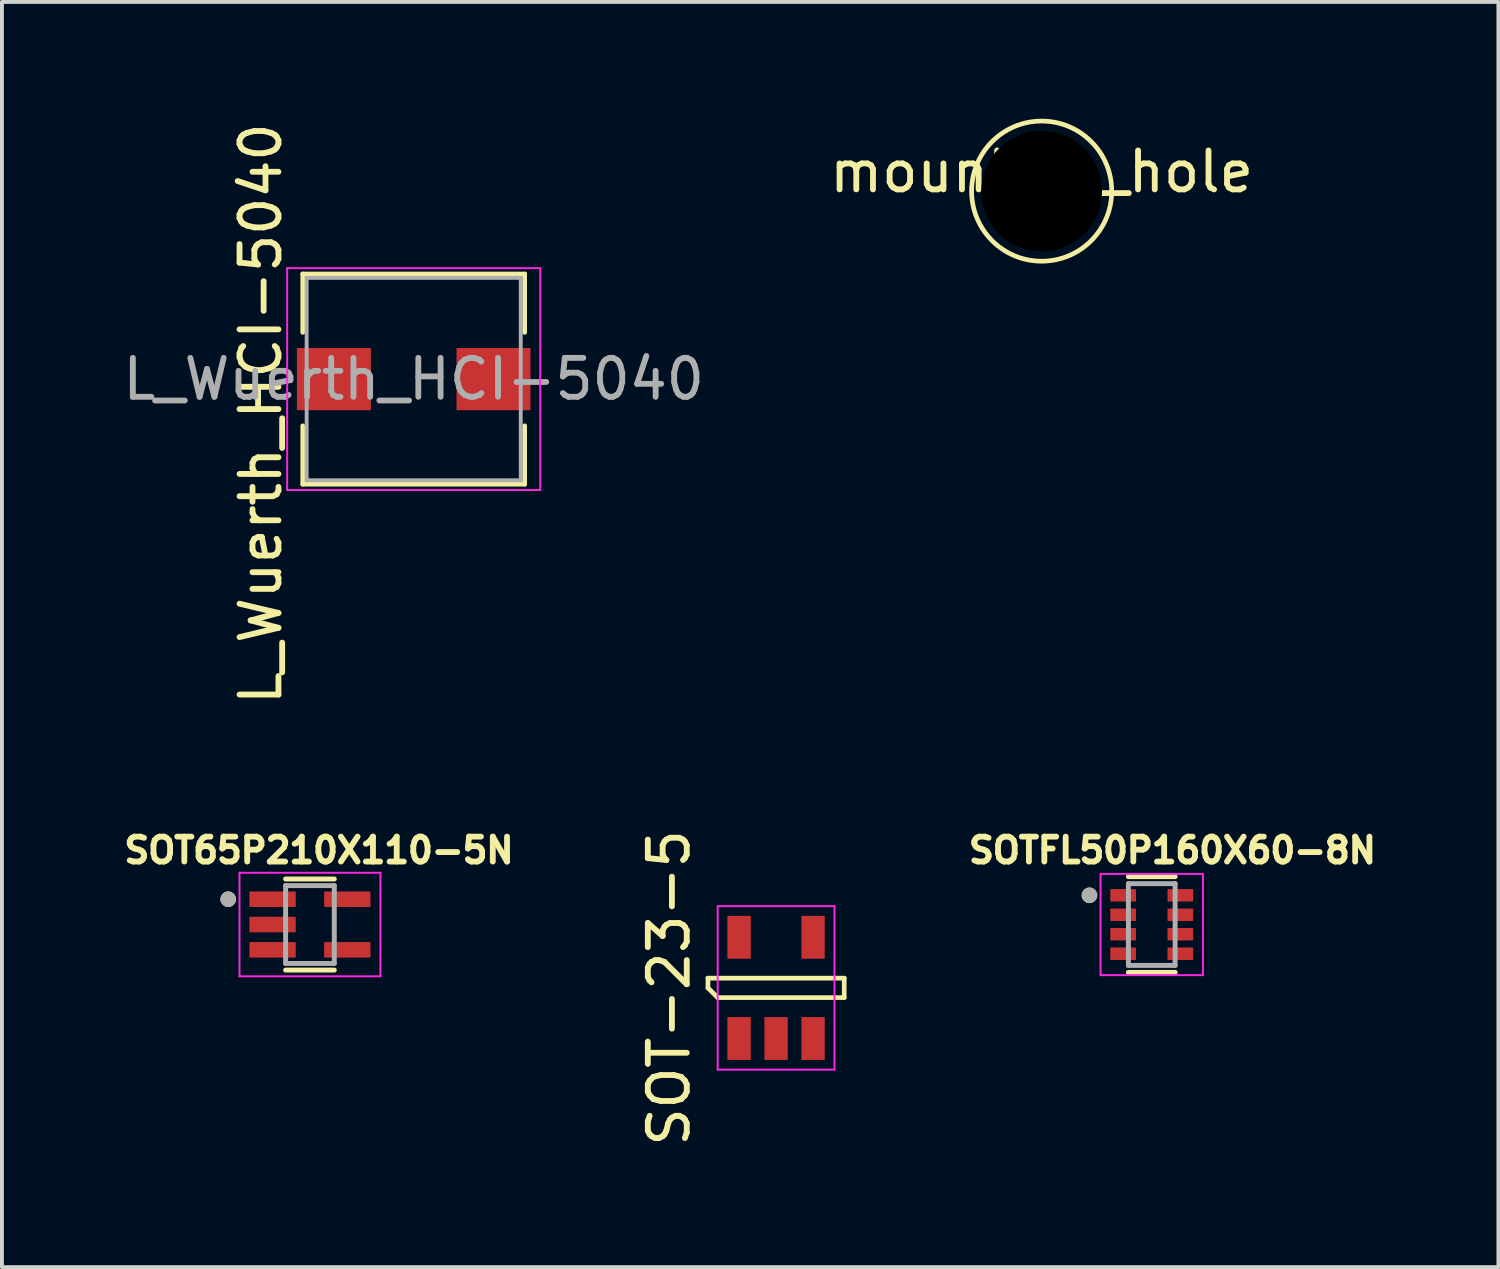
<source format=kicad_pcb>
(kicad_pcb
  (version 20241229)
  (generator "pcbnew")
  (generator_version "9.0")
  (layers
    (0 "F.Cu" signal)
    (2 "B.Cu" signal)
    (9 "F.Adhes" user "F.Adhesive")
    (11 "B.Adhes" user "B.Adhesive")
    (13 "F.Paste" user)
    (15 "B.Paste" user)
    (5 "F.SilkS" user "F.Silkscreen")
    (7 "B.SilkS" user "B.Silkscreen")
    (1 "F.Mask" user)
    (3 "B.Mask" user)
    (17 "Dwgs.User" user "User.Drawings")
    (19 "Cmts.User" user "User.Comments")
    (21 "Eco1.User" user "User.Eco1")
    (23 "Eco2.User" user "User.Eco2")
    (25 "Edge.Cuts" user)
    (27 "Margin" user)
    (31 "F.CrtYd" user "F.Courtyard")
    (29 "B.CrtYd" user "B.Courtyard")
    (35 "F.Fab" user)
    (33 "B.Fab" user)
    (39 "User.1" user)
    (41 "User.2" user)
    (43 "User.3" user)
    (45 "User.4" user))
  (footprint "SOTFL50P160X60-8N"
    (layer "F.Cu")
    (at 26.536 20.699)
    (property "Reference" "SOTFL50P160X60-8N" (at 0.532 -1.906 0) (layer "F.SilkS") (effects (font (size 0.64 0.64) (thickness 0.15))))
    (attr through_hole)
    (fp_line (start -0.6 -1.23) (end 0.6 -1.23) (stroke (width 0.127) (type solid)) (layer "F.SilkS"))
    (fp_line (start -0.6 1.23) (end 0.6 1.23) (stroke (width 0.127) (type solid)) (layer "F.SilkS"))
    (fp_circle (center -1.6 -0.75) (end -1.5 -0.75) (stroke (width 0.2) (type solid)) (fill no) (layer "F.SilkS"))
    (fp_line (start -1.315 -1.3) (end -1.315 1.3) (stroke (width 0.05) (type solid)) (layer "F.CrtYd"))
    (fp_line (start -1.315 1.3) (end 1.315 1.3) (stroke (width 0.05) (type solid)) (layer "F.CrtYd"))
    (fp_line (start 1.315 -1.3) (end -1.315 -1.3) (stroke (width 0.05) (type solid)) (layer "F.CrtYd"))
    (fp_line (start 1.315 1.3) (end 1.315 -1.3) (stroke (width 0.05) (type solid)) (layer "F.CrtYd"))
    (fp_line (start -0.6 -1.05) (end -0.6 1.05) (stroke (width 0.127) (type solid)) (layer "F.Fab"))
    (fp_line (start -0.6 1.05) (end 0.6 1.05) (stroke (width 0.127) (type solid)) (layer "F.Fab"))
    (fp_line (start 0.6 -1.05) (end -0.6 -1.05) (stroke (width 0.127) (type solid)) (layer "F.Fab"))
    (fp_line (start 0.6 1.05) (end 0.6 -1.05) (stroke (width 0.127) (type solid)) (layer "F.Fab"))
    (fp_circle (center -1.6 -0.75) (end -1.5 -0.75) (stroke (width 0.2) (type solid)) (fill no) (layer "F.Fab"))
    (pad "1" smd roundrect (at -0.735 -0.75) (size 0.66 0.32) (layers "F.Cu" "F.Mask" "F.Paste") (roundrect_rratio 0.04))
    (pad "2" smd roundrect (at -0.735 -0.25) (size 0.66 0.32) (layers "F.Cu" "F.Mask" "F.Paste") (roundrect_rratio 0.04))
    (pad "3" smd roundrect (at -0.735 0.25) (size 0.66 0.32) (layers "F.Cu" "F.Mask" "F.Paste") (roundrect_rratio 0.04))
    (pad "4" smd roundrect (at -0.735 0.75) (size 0.66 0.32) (layers "F.Cu" "F.Mask" "F.Paste") (roundrect_rratio 0.04))
    (pad "5" smd roundrect (at 0.735 0.75) (size 0.66 0.32) (layers "F.Cu" "F.Mask" "F.Paste") (roundrect_rratio 0.04))
    (pad "6" smd roundrect (at 0.735 0.25) (size 0.66 0.32) (layers "F.Cu" "F.Mask" "F.Paste") (roundrect_rratio 0.04))
    (pad "7" smd roundrect (at 0.735 -0.25) (size 0.66 0.32) (layers "F.Cu" "F.Mask" "F.Paste") (roundrect_rratio 0.04))
    (pad "8" smd roundrect (at 0.735 -0.75) (size 0.66 0.32) (layers "F.Cu" "F.Mask" "F.Paste") (roundrect_rratio 0.04)))
  (footprint "SOT-23-5"
    (layer "F.Cu")
    (at 16.886 22.327)
    (property "Reference" "SOT-23-5" (at -2.75 0 90) (layer "F.SilkS") (effects (font (size 1 1) (thickness 0.15))))
    (attr through_hole)
    (fp_line (start -1.75 -0.25) (end 1.75 -0.25) (stroke (width 0.12) (type solid)) (layer "F.SilkS"))
    (fp_line (start -1.75 0) (end -1.75 -0.25) (stroke (width 0.12) (type solid)) (layer "F.SilkS"))
    (fp_line (start -1.5 0.25) (end -1.75 0) (stroke (width 0.12) (type solid)) (layer "F.SilkS"))
    (fp_line (start 1.75 -0.25) (end 1.75 0.25) (stroke (width 0.12) (type solid)) (layer "F.SilkS"))
    (fp_line (start 1.75 0.25) (end -1.5 0.25) (stroke (width 0.12) (type solid)) (layer "F.SilkS"))
    (fp_line (start -1.5 -2.1) (end 1.5 -2.1) (stroke (width 0.05) (type solid)) (layer "F.CrtYd"))
    (fp_line (start -1.5 2.1) (end -1.5 -2.1) (stroke (width 0.05) (type solid)) (layer "F.CrtYd"))
    (fp_line (start 1.5 -2.1) (end 1.5 2.1) (stroke (width 0.05) (type solid)) (layer "F.CrtYd"))
    (fp_line (start 1.5 2.1) (end -1.5 2.1) (stroke (width 0.05) (type solid)) (layer "F.CrtYd"))
    (pad "1" smd rect (at -0.95 1.3) (size 0.6 1.1) (layers "F.Cu" "F.Mask" "F.Paste"))
    (pad "2" smd rect (at 0 1.3) (size 0.6 1.1) (layers "F.Cu" "F.Mask" "F.Paste"))
    (pad "3" smd rect (at 0.95 1.3) (size 0.6 1.1) (layers "F.Cu" "F.Mask" "F.Paste"))
    (pad "4" smd rect (at 0.95 -1.3) (size 0.6 1.1) (layers "F.Cu" "F.Mask" "F.Paste"))
    (pad "5" smd rect (at -0.95 -1.3) (size 0.6 1.1) (layers "F.Cu" "F.Mask" "F.Paste")))
  (footprint "mounting_hole"
    (layer "F.Cu")
    (at 23.708 1.86)
    (property "Reference" "mounting_hole" (at 0 -0.5 0) (unlocked yes) (layer "F.SilkS") (effects (font (size 1 1) (thickness 0.15))))
    (attr through_hole)
    (fp_circle (center 0 0) (end 1.8 0) (stroke (width 0.12) (type solid)) (fill no) (layer "F.SilkS"))
    (pad "" np_thru_hole circle (at 0 0) (size 3.1 3.1) (drill 3.1) (layers "*.Mask")))
  (footprint "SOT65P210X110-5N"
    (layer "F.Cu")
    (at 4.912 20.699)
    (property "Reference" "SOT65P210X110-5N" (at 0.232 -1.906 0) (layer "F.SilkS") (effects (font (size 0.64 0.64) (thickness 0.15))))
    (attr through_hole)
    (fp_line (start -0.625 -1.17) (end 0.625 -1.17) (stroke (width 0.127) (type solid)) (layer "F.SilkS"))
    (fp_line (start 0.625 1.17) (end -0.625 1.17) (stroke (width 0.127) (type solid)) (layer "F.SilkS"))
    (fp_circle (center -2.1 -0.65) (end -2 -0.65) (stroke (width 0.2) (type solid)) (fill no) (layer "F.SilkS"))
    (fp_line (start -1.81 -1.33) (end 1.81 -1.33) (stroke (width 0.05) (type solid)) (layer "F.CrtYd"))
    (fp_line (start -1.81 1.33) (end -1.81 -1.33) (stroke (width 0.05) (type solid)) (layer "F.CrtYd"))
    (fp_line (start 1.81 -1.33) (end 1.81 1.33) (stroke (width 0.05) (type solid)) (layer "F.CrtYd"))
    (fp_line (start 1.81 1.33) (end -1.81 1.33) (stroke (width 0.05) (type solid)) (layer "F.CrtYd"))
    (fp_line (start -0.625 -1) (end 0.625 -1) (stroke (width 0.127) (type solid)) (layer "F.Fab"))
    (fp_line (start -0.625 1) (end -0.625 -1) (stroke (width 0.127) (type solid)) (layer "F.Fab"))
    (fp_line (start 0.625 -1) (end 0.625 1) (stroke (width 0.127) (type solid)) (layer "F.Fab"))
    (fp_line (start 0.625 1) (end -0.625 1) (stroke (width 0.127) (type solid)) (layer "F.Fab"))
    (fp_circle (center -2.1 -0.65) (end -2 -0.65) (stroke (width 0.2) (type solid)) (fill no) (layer "F.Fab"))
    (pad "1" smd roundrect (at -0.96 -0.65) (size 1.19 0.4) (layers "F.Cu" "F.Mask" "F.Paste") (roundrect_rratio 0.05))
    (pad "2" smd roundrect (at -0.96 0) (size 1.19 0.4) (layers "F.Cu" "F.Mask" "F.Paste") (roundrect_rratio 0.05))
    (pad "3" smd roundrect (at -0.96 0.65) (size 1.19 0.4) (layers "F.Cu" "F.Mask" "F.Paste") (roundrect_rratio 0.05))
    (pad "4" smd roundrect (at 0.96 0.65) (size 1.19 0.4) (layers "F.Cu" "F.Mask" "F.Paste") (roundrect_rratio 0.05))
    (pad "5" smd roundrect (at 0.96 -0.65) (size 1.19 0.4) (layers "F.Cu" "F.Mask" "F.Paste") (roundrect_rratio 0.05)))
  (footprint "L_Wuerth_HCI-5040"
    (layer "F.Cu")
    (at 7.577 6.688)
    (property "Reference" "L_Wuerth_HCI-5040" (at -3.929 0.889 270) (layer "F.SilkS") (effects (font (size 1 1) (thickness 0.15))))
    (attr smd)
    (fp_line (start -2.85 -2.7) (end 2.85 -2.7) (stroke (width 0.12) (type solid)) (layer "F.SilkS"))
    (fp_line (start -2.85 -1.2) (end -2.85 -2.7) (stroke (width 0.12) (type solid)) (layer "F.SilkS"))
    (fp_line (start -2.85 1.2) (end -2.85 2.7) (stroke (width 0.12) (type solid)) (layer "F.SilkS"))
    (fp_line (start -2.85 2.7) (end 2.85 2.7) (stroke (width 0.12) (type solid)) (layer "F.SilkS"))
    (fp_line (start 2.85 -2.7) (end 2.85 -1.2) (stroke (width 0.12) (type solid)) (layer "F.SilkS"))
    (fp_line (start 2.85 2.7) (end 2.85 1.2) (stroke (width 0.12) (type solid)) (layer "F.SilkS"))
    (fp_line (start -3.25 -2.85) (end -3.25 2.85) (stroke (width 0.05) (type solid)) (layer "F.CrtYd"))
    (fp_line (start -3.25 2.85) (end 3.25 2.85) (stroke (width 0.05) (type solid)) (layer "F.CrtYd"))
    (fp_line (start 3.25 -2.85) (end -3.25 -2.85) (stroke (width 0.05) (type solid)) (layer "F.CrtYd"))
    (fp_line (start 3.25 2.85) (end 3.25 -2.85) (stroke (width 0.05) (type solid)) (layer "F.CrtYd"))
    (fp_line (start -2.75 -2.6) (end -2.75 2.6) (stroke (width 0.1) (type solid)) (layer "F.Fab"))
    (fp_line (start -2.75 2.6) (end 2.75 2.6) (stroke (width 0.1) (type solid)) (layer "F.Fab"))
    (fp_line (start 2.75 -2.6) (end -2.75 -2.6) (stroke (width 0.1) (type solid)) (layer "F.Fab"))
    (fp_line (start 2.75 2.6) (end 2.75 -2.6) (stroke (width 0.1) (type solid)) (layer "F.Fab"))
    (fp_text user "${REFERENCE}" (at 0 0 180) (layer "F.Fab") (effects (font (size 1 1) (thickness 0.15))))
    (pad "1" smd rect (at -2.05 0) (size 1.9 1.6) (layers "F.Cu" "F.Mask" "F.Paste"))
    (pad "2" smd rect (at 2.05 0) (size 1.9 1.6) (layers "F.Cu" "F.Mask" "F.Paste")))
  (gr_rect
    (start -3 -3)
    (end 35.441 29.5)
    (stroke (width 0.1) (type default))
    (fill no)
    (layer "Edge.Cuts")))
</source>
